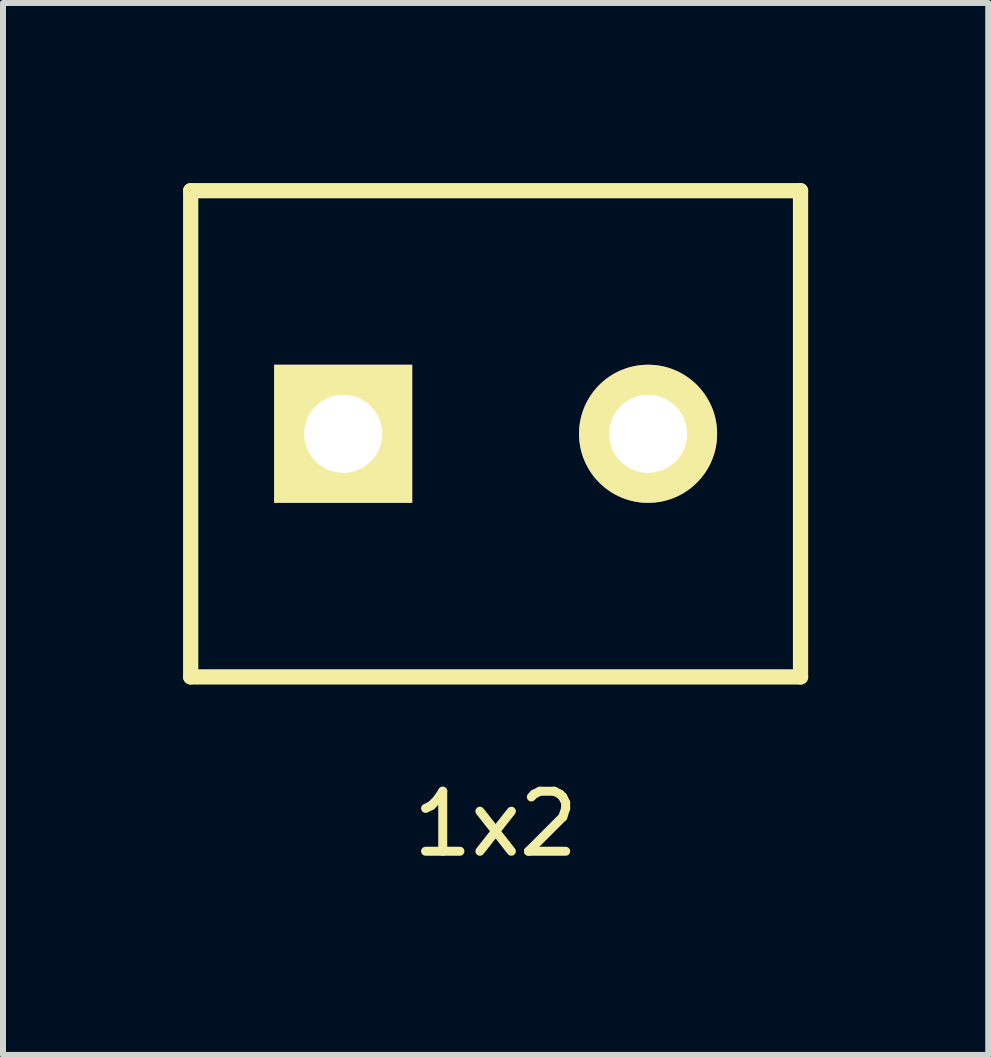
<source format=kicad_pcb>
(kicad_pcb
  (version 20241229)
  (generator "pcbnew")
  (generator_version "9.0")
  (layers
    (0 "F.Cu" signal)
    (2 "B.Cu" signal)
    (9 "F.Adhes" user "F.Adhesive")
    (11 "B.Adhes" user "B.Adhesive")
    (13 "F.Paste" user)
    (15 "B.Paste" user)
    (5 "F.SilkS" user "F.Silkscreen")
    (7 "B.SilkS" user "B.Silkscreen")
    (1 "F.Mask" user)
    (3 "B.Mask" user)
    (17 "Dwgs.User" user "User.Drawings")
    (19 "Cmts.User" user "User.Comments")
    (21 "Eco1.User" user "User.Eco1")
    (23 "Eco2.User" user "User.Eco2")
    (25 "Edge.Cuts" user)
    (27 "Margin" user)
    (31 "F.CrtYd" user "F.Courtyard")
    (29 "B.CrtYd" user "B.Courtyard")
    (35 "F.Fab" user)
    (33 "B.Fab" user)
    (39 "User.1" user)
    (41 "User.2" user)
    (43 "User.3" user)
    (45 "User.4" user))
  (footprint "1x2"
    (layer "F.Cu")
    (at 5.207 4.177)
    (property "Reference" "1x2" (at 0 6.5 0) (layer "F.SilkS") (effects (font (size 1 1) (thickness 0.15))))
    (attr through_hole)
    (fp_line (start -5.08 -4.05) (end -5.08 4.05) (stroke (width 0.254) (type solid)) (layer "F.SilkS"))
    (fp_line (start -5.08 4.05) (end 5.08 4.05) (stroke (width 0.254) (type solid)) (layer "F.SilkS"))
    (fp_line (start 5.08 -4.05) (end -5.08 -4.05) (stroke (width 0.254) (type solid)) (layer "F.SilkS"))
    (fp_line (start 5.08 4.05) (end 5.08 -4.05) (stroke (width 0.254) (type solid)) (layer "F.SilkS"))
    (pad "1" thru_hole rect (at -2.54 0) (size 2.3 2.3) (drill 1.3) (layers "*.Cu" "*.Mask" "F.SilkS"))
    (pad "2" thru_hole circle (at 2.54 0) (size 2.3 2.3) (drill 1.3) (layers "*.Cu" "*.Mask" "F.SilkS")))
  (gr_rect
    (start -3 -3)
    (end 13.414 14.525)
    (stroke (width 0.1) (type default))
    (fill no)
    (layer "Edge.Cuts")))
</source>
